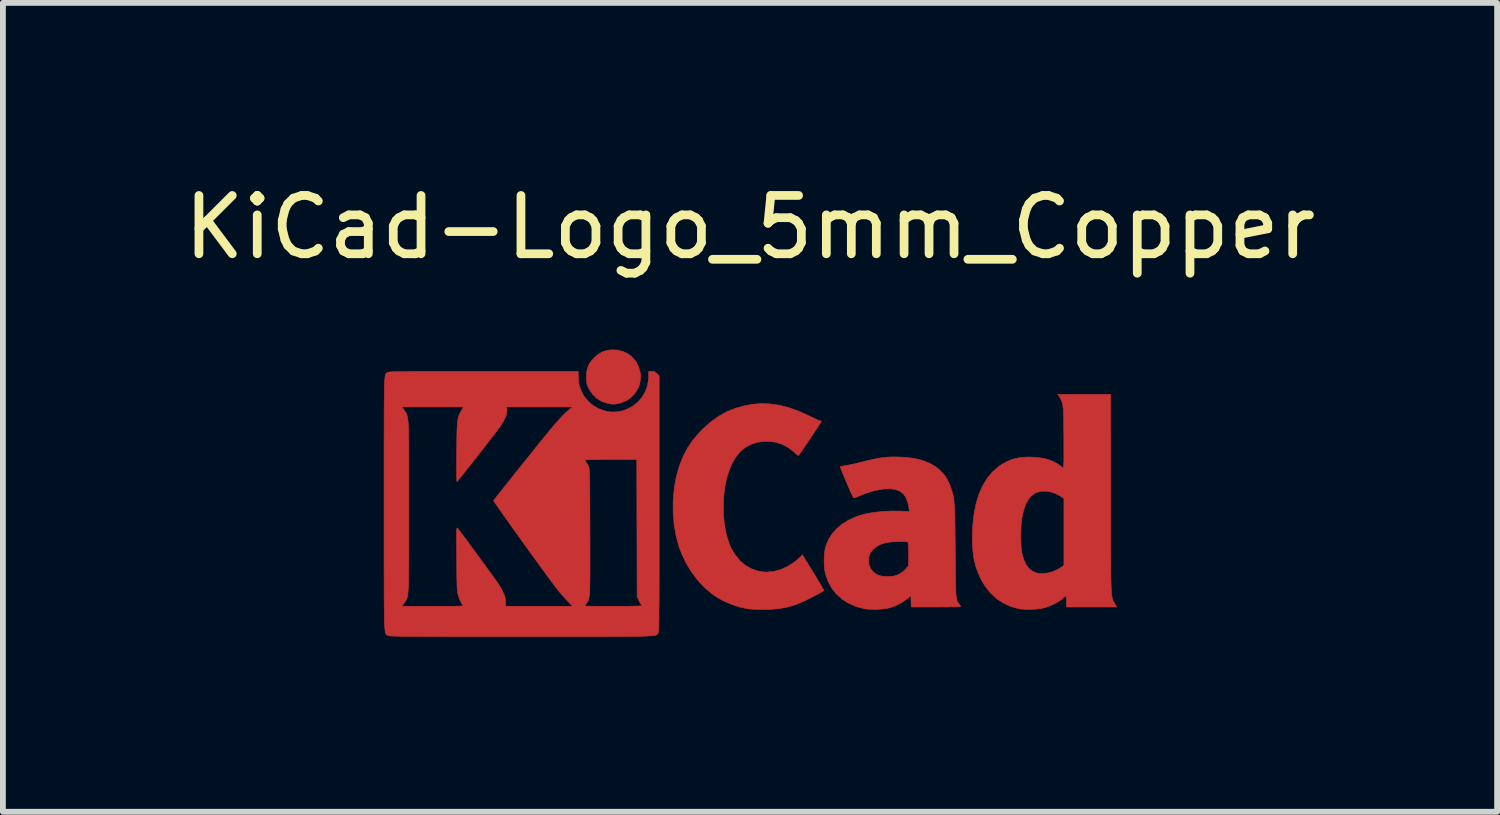
<source format=kicad_pcb>
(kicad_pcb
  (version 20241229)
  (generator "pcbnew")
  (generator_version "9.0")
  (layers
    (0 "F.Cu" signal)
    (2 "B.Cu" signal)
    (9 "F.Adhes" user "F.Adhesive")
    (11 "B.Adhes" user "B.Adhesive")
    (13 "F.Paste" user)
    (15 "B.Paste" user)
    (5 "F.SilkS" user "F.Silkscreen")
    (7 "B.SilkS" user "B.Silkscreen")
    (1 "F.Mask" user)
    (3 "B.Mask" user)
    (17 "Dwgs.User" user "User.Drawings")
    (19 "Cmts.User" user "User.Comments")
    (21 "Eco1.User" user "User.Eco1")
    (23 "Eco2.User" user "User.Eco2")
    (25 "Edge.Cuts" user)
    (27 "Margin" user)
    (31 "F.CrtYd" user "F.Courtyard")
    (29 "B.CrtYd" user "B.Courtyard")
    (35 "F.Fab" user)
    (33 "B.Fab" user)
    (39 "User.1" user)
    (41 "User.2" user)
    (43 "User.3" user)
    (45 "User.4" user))
  (footprint "KiCad-Logo_5mm_Copper"
    (layer "F.Cu")
    (at 9.815 5.928)
    (property "Reference" "KiCad-Logo_5mm_Copper" (at 0 -5.08 0) (layer "F.SilkS") (effects (font (size 1 1) (thickness 0.15))))
    (attr exclude_from_pos_files exclude_from_bom allow_missing_courtyard)
    (fp_poly (pts (xy -2.273 -2.973) (xy -2.177 -2.949) (xy -2.09 -2.906) (xy -2.015 -2.847) (xy -1.954 -2.772) (xy -1.909 -2.683) (xy -1.883 -2.586) (xy -1.877 -2.489) (xy -1.892 -2.395) (xy -1.926 -2.307) (xy -1.977 -2.228) (xy -2.042 -2.16) (xy -2.121 -2.106) (xy -2.212 -2.068) (xy -2.263 -2.056) (xy -2.308 -2.048) (xy -2.342 -2.045) (xy -2.375 -2.047) (xy -2.415 -2.054) (xy -2.449 -2.061) (xy -2.542 -2.092) (xy -2.626 -2.143) (xy -2.698 -2.213) (xy -2.756 -2.298) (xy -2.77 -2.326) (xy -2.787 -2.362) (xy -2.797 -2.392) (xy -2.802 -2.425) (xy -2.805 -2.466) (xy -2.805 -2.512) (xy -2.801 -2.596) (xy -2.787 -2.665) (xy -2.762 -2.726) (xy -2.723 -2.784) (xy -2.684 -2.829) (xy -2.612 -2.895) (xy -2.537 -2.94) (xy -2.455 -2.967) (xy -2.377 -2.977) (xy -2.273 -2.973)) (stroke (width 0.01) (type solid)) (fill yes) (layer "F.Cu"))
    (fp_poly (pts (xy 0.328 -2.051) (xy 0.489 -2.03) (xy 0.653 -1.99) (xy 0.822 -1.93) (xy 1 -1.851) (xy 1.011 -1.845) (xy 1.069 -1.817) (xy 1.121 -1.793) (xy 1.162 -1.775) (xy 1.19 -1.764) (xy 1.2 -1.761) (xy 1.219 -1.756) (xy 1.224 -1.752) (xy 1.218 -1.741) (xy 1.202 -1.715) (xy 1.177 -1.676) (xy 1.145 -1.626) (xy 1.107 -1.569) (xy 1.066 -1.507) (xy 1.023 -1.442) (xy 0.98 -1.379) (xy 0.939 -1.319) (xy 0.902 -1.265) (xy 0.871 -1.22) (xy 0.847 -1.186) (xy 0.832 -1.167) (xy 0.83 -1.165) (xy 0.82 -1.17) (xy 0.798 -1.187) (xy 0.767 -1.214) (xy 0.752 -1.228) (xy 0.655 -1.303) (xy 0.548 -1.359) (xy 0.433 -1.394) (xy 0.31 -1.408) (xy 0.241 -1.407) (xy 0.119 -1.39) (xy 0.01 -1.354) (xy -0.087 -1.299) (xy -0.174 -1.225) (xy -0.249 -1.131) (xy -0.314 -1.018) (xy -0.351 -0.931) (xy -0.395 -0.796) (xy -0.428 -0.648) (xy -0.448 -0.493) (xy -0.458 -0.333) (xy -0.456 -0.173) (xy -0.443 -0.016) (xy -0.419 0.133) (xy -0.384 0.271) (xy -0.338 0.395) (xy -0.322 0.429) (xy -0.253 0.543) (xy -0.173 0.64) (xy -0.081 0.718) (xy 0.02 0.777) (xy 0.13 0.816) (xy 0.247 0.834) (xy 0.289 0.835) (xy 0.41 0.824) (xy 0.531 0.791) (xy 0.649 0.737) (xy 0.762 0.663) (xy 0.854 0.585) (xy 0.9 0.54) (xy 1.081 0.837) (xy 1.127 0.911) (xy 1.168 0.98) (xy 1.204 1.039) (xy 1.233 1.088) (xy 1.254 1.124) (xy 1.265 1.144) (xy 1.266 1.147) (xy 1.258 1.157) (xy 1.233 1.174) (xy 1.193 1.197) (xy 1.142 1.225) (xy 1.084 1.255) (xy 1.021 1.287) (xy 0.958 1.318) (xy 0.896 1.346) (xy 0.839 1.371) (xy 0.791 1.391) (xy 0.768 1.399) (xy 0.634 1.437) (xy 0.496 1.462) (xy 0.349 1.475) (xy 0.222 1.477) (xy 0.154 1.476) (xy 0.088 1.474) (xy 0.031 1.471) (xy -0.013 1.468) (xy -0.027 1.466) (xy -0.166 1.438) (xy -0.307 1.392) (xy -0.445 1.334) (xy -0.572 1.264) (xy -0.649 1.211) (xy -0.777 1.103) (xy -0.895 0.977) (xy -1.002 0.835) (xy -1.095 0.681) (xy -1.173 0.518) (xy -1.217 0.401) (xy -1.267 0.217) (xy -1.301 0.023) (xy -1.318 -0.179) (xy -1.318 -0.382) (xy -1.301 -0.584) (xy -1.268 -0.781) (xy -1.217 -0.967) (xy -1.214 -0.978) (xy -1.151 -1.14) (xy -1.074 -1.288) (xy -0.981 -1.426) (xy -0.868 -1.558) (xy -0.825 -1.604) (xy -0.688 -1.728) (xy -0.549 -1.83) (xy -0.403 -1.912) (xy -0.249 -1.975) (xy -0.084 -2.02) (xy 0.011 -2.038) (xy 0.17 -2.054) (xy 0.328 -2.051)) (stroke (width 0.01) (type solid)) (fill yes) (layer "F.Cu"))
    (fp_poly (pts (xy 6.187 -0.528) (xy 6.187 -0.293) (xy 6.187 -0.08) (xy 6.187 0.112) (xy 6.187 0.285) (xy 6.187 0.441) (xy 6.188 0.579) (xy 6.188 0.701) (xy 6.189 0.808) (xy 6.19 0.901) (xy 6.192 0.982) (xy 6.194 1.051) (xy 6.196 1.11) (xy 6.198 1.159) (xy 6.202 1.2) (xy 6.205 1.234) (xy 6.21 1.262) (xy 6.214 1.285) (xy 6.22 1.304) (xy 6.226 1.321) (xy 6.233 1.335) (xy 6.24 1.349) (xy 6.249 1.364) (xy 6.254 1.373) (xy 6.288 1.434) (xy 5.43 1.434) (xy 5.43 1.338) (xy 5.429 1.294) (xy 5.427 1.261) (xy 5.424 1.243) (xy 5.423 1.242) (xy 5.412 1.249) (xy 5.389 1.267) (xy 5.366 1.286) (xy 5.312 1.327) (xy 5.242 1.368) (xy 5.165 1.405) (xy 5.088 1.435) (xy 5.057 1.445) (xy 4.989 1.46) (xy 4.906 1.47) (xy 4.816 1.475) (xy 4.728 1.474) (xy 4.649 1.469) (xy 4.612 1.463) (xy 4.473 1.425) (xy 4.346 1.367) (xy 4.23 1.29) (xy 4.127 1.195) (xy 4.036 1.081) (xy 3.969 0.97) (xy 3.914 0.854) (xy 3.872 0.734) (xy 3.842 0.608) (xy 3.823 0.472) (xy 3.815 0.32) (xy 3.814 0.243) (xy 3.816 0.186) (xy 4.645 0.186) (xy 4.645 0.279) (xy 4.648 0.367) (xy 4.654 0.444) (xy 4.662 0.505) (xy 4.665 0.517) (xy 4.697 0.625) (xy 4.738 0.712) (xy 4.79 0.779) (xy 4.853 0.826) (xy 4.926 0.853) (xy 5.011 0.862) (xy 5.107 0.851) (xy 5.17 0.835) (xy 5.219 0.817) (xy 5.274 0.791) (xy 5.314 0.767) (xy 5.385 0.721) (xy 5.385 -0.429) (xy 5.317 -0.473) (xy 5.239 -0.514) (xy 5.155 -0.541) (xy 5.07 -0.553) (xy 4.988 -0.549) (xy 4.915 -0.53) (xy 4.883 -0.515) (xy 4.826 -0.472) (xy 4.777 -0.415) (xy 4.735 -0.342) (xy 4.701 -0.252) (xy 4.672 -0.141) (xy 4.671 -0.135) (xy 4.66 -0.073) (xy 4.653 0.005) (xy 4.648 0.093) (xy 4.645 0.186) (xy 3.816 0.186) (xy 3.822 0.03) (xy 3.844 -0.166) (xy 3.88 -0.345) (xy 3.93 -0.506) (xy 3.994 -0.65) (xy 4.071 -0.777) (xy 4.163 -0.886) (xy 4.268 -0.977) (xy 4.314 -1.008) (xy 4.415 -1.064) (xy 4.518 -1.104) (xy 4.628 -1.128) (xy 4.749 -1.138) (xy 4.842 -1.137) (xy 4.971 -1.126) (xy 5.084 -1.104) (xy 5.183 -1.07) (xy 5.271 -1.024) (xy 5.32 -0.99) (xy 5.349 -0.968) (xy 5.371 -0.953) (xy 5.379 -0.948) (xy 5.381 -0.959) (xy 5.382 -0.99) (xy 5.383 -1.037) (xy 5.384 -1.1) (xy 5.384 -1.173) (xy 5.384 -1.256) (xy 5.384 -1.344) (xy 5.384 -1.436) (xy 5.383 -1.528) (xy 5.382 -1.618) (xy 5.381 -1.704) (xy 5.38 -1.781) (xy 5.379 -1.848) (xy 5.377 -1.902) (xy 5.375 -1.94) (xy 5.375 -1.947) (xy 5.367 -2.018) (xy 5.356 -2.073) (xy 5.338 -2.12) (xy 5.312 -2.166) (xy 5.305 -2.176) (xy 5.281 -2.213) (xy 6.186 -2.213) (xy 6.187 -0.528)) (stroke (width 0.01) (type solid)) (fill yes) (layer "F.Cu"))
    (fp_poly (pts (xy 2.674 -1.133) (xy 2.825 -1.113) (xy 2.961 -1.08) (xy 3.08 -1.032) (xy 3.185 -0.971) (xy 3.262 -0.907) (xy 3.331 -0.833) (xy 3.385 -0.753) (xy 3.428 -0.661) (xy 3.443 -0.618) (xy 3.456 -0.579) (xy 3.467 -0.543) (xy 3.477 -0.508) (xy 3.485 -0.472) (xy 3.492 -0.433) (xy 3.498 -0.39) (xy 3.503 -0.34) (xy 3.507 -0.283) (xy 3.51 -0.215) (xy 3.513 -0.136) (xy 3.515 -0.043) (xy 3.517 0.066) (xy 3.518 0.192) (xy 3.52 0.337) (xy 3.521 0.48) (xy 3.522 0.636) (xy 3.524 0.771) (xy 3.525 0.887) (xy 3.526 0.986) (xy 3.528 1.068) (xy 3.53 1.136) (xy 3.532 1.192) (xy 3.535 1.236) (xy 3.539 1.271) (xy 3.544 1.299) (xy 3.55 1.321) (xy 3.557 1.338) (xy 3.565 1.352) (xy 3.574 1.366) (xy 3.585 1.38) (xy 3.59 1.385) (xy 3.605 1.408) (xy 3.612 1.423) (xy 3.612 1.424) (xy 3.602 1.426) (xy 3.571 1.428) (xy 3.522 1.43) (xy 3.458 1.431) (xy 3.382 1.433) (xy 3.295 1.433) (xy 3.2 1.434) (xy 3.19 1.434) (xy 2.767 1.434) (xy 2.763 1.338) (xy 2.76 1.242) (xy 2.698 1.293) (xy 2.601 1.36) (xy 2.491 1.415) (xy 2.404 1.445) (xy 2.335 1.46) (xy 2.252 1.47) (xy 2.162 1.475) (xy 2.074 1.474) (xy 1.995 1.468) (xy 1.959 1.463) (xy 1.819 1.425) (xy 1.692 1.37) (xy 1.58 1.299) (xy 1.484 1.213) (xy 1.404 1.112) (xy 1.341 0.997) (xy 1.296 0.871) (xy 1.284 0.814) (xy 1.276 0.752) (xy 1.273 0.677) (xy 1.272 0.643) (xy 1.272 0.64) (xy 2.032 0.64) (xy 2.042 0.715) (xy 2.07 0.779) (xy 2.118 0.835) (xy 2.123 0.839) (xy 2.172 0.874) (xy 2.223 0.897) (xy 2.284 0.909) (xy 2.359 0.911) (xy 2.377 0.911) (xy 2.431 0.908) (xy 2.471 0.903) (xy 2.506 0.893) (xy 2.545 0.876) (xy 2.556 0.871) (xy 2.616 0.835) (xy 2.663 0.792) (xy 2.676 0.777) (xy 2.721 0.72) (xy 2.721 0.525) (xy 2.72 0.446) (xy 2.718 0.388) (xy 2.715 0.349) (xy 2.711 0.327) (xy 2.707 0.32) (xy 2.691 0.317) (xy 2.657 0.314) (xy 2.61 0.313) (xy 2.555 0.312) (xy 2.546 0.312) (xy 2.425 0.317) (xy 2.323 0.333) (xy 2.236 0.361) (xy 2.164 0.401) (xy 2.109 0.448) (xy 2.064 0.506) (xy 2.039 0.569) (xy 2.032 0.64) (xy 1.272 0.64) (xy 1.274 0.55) (xy 1.283 0.471) (xy 1.299 0.4) (xy 1.324 0.329) (xy 1.348 0.276) (xy 1.407 0.181) (xy 1.485 0.093) (xy 1.58 0.014) (xy 1.69 -0.055) (xy 1.813 -0.111) (xy 1.945 -0.154) (xy 2.009 -0.169) (xy 2.146 -0.191) (xy 2.294 -0.206) (xy 2.446 -0.212) (xy 2.572 -0.211) (xy 2.734 -0.204) (xy 2.727 -0.263) (xy 2.707 -0.362) (xy 2.676 -0.443) (xy 2.632 -0.506) (xy 2.575 -0.551) (xy 2.503 -0.58) (xy 2.416 -0.594) (xy 2.313 -0.591) (xy 2.275 -0.587) (xy 2.134 -0.562) (xy 1.997 -0.521) (xy 1.902 -0.483) (xy 1.857 -0.464) (xy 1.819 -0.448) (xy 1.792 -0.439) (xy 1.785 -0.437) (xy 1.775 -0.446) (xy 1.758 -0.475) (xy 1.734 -0.524) (xy 1.703 -0.594) (xy 1.665 -0.684) (xy 1.658 -0.7) (xy 1.628 -0.772) (xy 1.601 -0.838) (xy 1.578 -0.893) (xy 1.561 -0.936) (xy 1.55 -0.963) (xy 1.547 -0.972) (xy 1.557 -0.977) (xy 1.583 -0.982) (xy 1.611 -0.986) (xy 1.642 -0.991) (xy 1.689 -1) (xy 1.751 -1.013) (xy 1.821 -1.029) (xy 1.896 -1.047) (xy 1.925 -1.054) (xy 2.03 -1.08) (xy 2.117 -1.1) (xy 2.192 -1.115) (xy 2.258 -1.126) (xy 2.319 -1.133) (xy 2.381 -1.138) (xy 2.446 -1.14) (xy 2.504 -1.14) (xy 2.674 -1.133)) (stroke (width 0.01) (type solid)) (fill yes) (layer "F.Cu"))
    (fp_poly (pts (xy -2.946 -2.511) (xy -2.936 -2.397) (xy -2.904 -2.289) (xy -2.853 -2.19) (xy -2.784 -2.102) (xy -2.699 -2.027) (xy -2.602 -1.97) (xy -2.496 -1.93) (xy -2.389 -1.911) (xy -2.283 -1.913) (xy -2.181 -1.932) (xy -2.085 -1.969) (xy -1.996 -2.021) (xy -1.917 -2.087) (xy -1.849 -2.167) (xy -1.796 -2.258) (xy -1.759 -2.359) (xy -1.74 -2.47) (xy -1.738 -2.52) (xy -1.738 -2.608) (xy -1.687 -2.608) (xy -1.65 -2.605) (xy -1.623 -2.593) (xy -1.596 -2.569) (xy -1.558 -2.531) (xy -1.558 -0.339) (xy -1.558 -0.077) (xy -1.558 0.163) (xy -1.558 0.383) (xy -1.558 0.583) (xy -1.558 0.764) (xy -1.558 0.928) (xy -1.559 1.074) (xy -1.559 1.205) (xy -1.559 1.32) (xy -1.56 1.421) (xy -1.561 1.509) (xy -1.561 1.585) (xy -1.562 1.65) (xy -1.563 1.704) (xy -1.564 1.749) (xy -1.565 1.786) (xy -1.567 1.815) (xy -1.568 1.837) (xy -1.57 1.854) (xy -1.572 1.866) (xy -1.574 1.874) (xy -1.576 1.88) (xy -1.577 1.882) (xy -1.581 1.889) (xy -1.585 1.895) (xy -1.589 1.901) (xy -1.594 1.906) (xy -1.601 1.911) (xy -1.611 1.916) (xy -1.625 1.92) (xy -1.645 1.923) (xy -1.669 1.926) (xy -1.701 1.929) (xy -1.741 1.931) (xy -1.789 1.934) (xy -1.846 1.935) (xy -1.914 1.937) (xy -1.994 1.938) (xy -2.085 1.939) (xy -2.19 1.94) (xy -2.309 1.94) (xy -2.443 1.941) (xy -2.593 1.941) (xy -2.76 1.941) (xy -2.945 1.942) (xy -3.149 1.942) (xy -3.372 1.942) (xy -3.616 1.941) (xy -3.881 1.941) (xy -3.92 1.941) (xy -4.187 1.941) (xy -4.432 1.941) (xy -4.657 1.941) (xy -4.861 1.941) (xy -5.047 1.941) (xy -5.215 1.941) (xy -5.366 1.94) (xy -5.501 1.94) (xy -5.62 1.939) (xy -5.725 1.939) (xy -5.817 1.938) (xy -5.896 1.938) (xy -5.964 1.937) (xy -6.021 1.936) (xy -6.069 1.935) (xy -6.107 1.933) (xy -6.138 1.932) (xy -6.162 1.931) (xy -6.18 1.929) (xy -6.192 1.927) (xy -6.201 1.925) (xy -6.205 1.923) (xy -6.214 1.92) (xy -6.221 1.917) (xy -6.229 1.915) (xy -6.235 1.911) (xy -6.241 1.906) (xy -6.246 1.897) (xy -6.251 1.885) (xy -6.255 1.869) (xy -6.259 1.846) (xy -6.262 1.818) (xy -6.265 1.781) (xy -6.268 1.737) (xy -6.27 1.683) (xy -6.271 1.618) (xy -6.273 1.543) (xy -6.274 1.455) (xy -6.275 1.354) (xy -6.276 1.239) (xy -6.276 1.11) (xy -6.276 0.964) (xy -6.277 0.802) (xy -6.277 0.621) (xy -6.277 0.422) (xy -6.277 0.204) (xy -6.277 -0.035) (xy -6.277 -0.296) (xy -6.277 -0.338) (xy -6.277 -0.601) (xy -6.277 -0.842) (xy -6.277 -1.063) (xy -6.277 -1.264) (xy -6.277 -1.446) (xy -6.276 -1.61) (xy -6.276 -1.757) (xy -6.276 -1.888) (xy -6.275 -1.998) (xy -5.972 -1.998) (xy -5.932 -1.94) (xy -5.921 -1.925) (xy -5.911 -1.911) (xy -5.902 -1.897) (xy -5.894 -1.883) (xy -5.887 -1.868) (xy -5.881 -1.849) (xy -5.875 -1.826) (xy -5.871 -1.798) (xy -5.867 -1.764) (xy -5.863 -1.722) (xy -5.861 -1.67) (xy -5.858 -1.609) (xy -5.857 -1.537) (xy -5.855 -1.452) (xy -5.855 -1.354) (xy -5.854 -1.24) (xy -5.853 -1.111) (xy -5.853 -0.965) (xy -5.853 -0.8) (xy -5.853 -0.616) (xy -5.853 -0.41) (xy -5.853 -0.288) (xy -5.853 -0.071) (xy -5.853 0.125) (xy -5.853 0.3) (xy -5.853 0.456) (xy -5.854 0.595) (xy -5.854 0.717) (xy -5.855 0.823) (xy -5.856 0.915) (xy -5.857 0.994) (xy -5.859 1.062) (xy -5.862 1.118) (xy -5.865 1.165) (xy -5.868 1.204) (xy -5.872 1.235) (xy -5.877 1.261) (xy -5.883 1.282) (xy -5.89 1.299) (xy -5.897 1.314) (xy -5.906 1.327) (xy -5.915 1.341) (xy -5.925 1.356) (xy -5.932 1.365) (xy -5.97 1.422) (xy -5.439 1.422) (xy -5.315 1.422) (xy -5.213 1.422) (xy -5.129 1.422) (xy -5.063 1.421) (xy -5.012 1.42) (xy -4.974 1.419) (xy -4.948 1.417) (xy -4.932 1.415) (xy -4.923 1.412) (xy -4.921 1.408) (xy -4.923 1.404) (xy -4.925 1.403) (xy -4.95 1.366) (xy -4.976 1.313) (xy -4.999 1.251) (xy -5.007 1.224) (xy -5.012 1.206) (xy -5.016 1.185) (xy -5.019 1.159) (xy -5.022 1.126) (xy -5.024 1.083) (xy -5.026 1.028) (xy -5.028 0.96) (xy -5.029 0.877) (xy -5.03 0.775) (xy -5.031 0.654) (xy -5.032 0.61) (xy -5.033 0.484) (xy -5.033 0.38) (xy -5.034 0.295) (xy -5.034 0.227) (xy -5.034 0.174) (xy -5.033 0.135) (xy -5.031 0.107) (xy -5.029 0.09) (xy -5.027 0.081) (xy -5.023 0.078) (xy -5.019 0.08) (xy -5.015 0.085) (xy -5.004 0.098) (xy -4.982 0.127) (xy -4.95 0.17) (xy -4.909 0.225) (xy -4.861 0.289) (xy -4.808 0.362) (xy -4.751 0.44) (xy -4.691 0.521) (xy -4.631 0.603) (xy -4.572 0.685) (xy -4.514 0.763) (xy -4.461 0.836) (xy -4.413 0.902) (xy -4.373 0.959) (xy -4.341 1.004) (xy -4.318 1.035) (xy -4.314 1.041) (xy -4.291 1.078) (xy -4.264 1.126) (xy -4.239 1.176) (xy -4.236 1.183) (xy -4.214 1.231) (xy -4.201 1.268) (xy -4.196 1.304) (xy -4.194 1.346) (xy -4.195 1.422) (xy -3.041 1.422) (xy -3.132 1.329) (xy -3.179 1.279) (xy -3.229 1.222) (xy -3.275 1.168) (xy -3.295 1.143) (xy -3.326 1.103) (xy -3.366 1.05) (xy -3.414 0.985) (xy -3.47 0.909) (xy -3.532 0.825) (xy -3.599 0.733) (xy -3.669 0.636) (xy -3.743 0.535) (xy -3.817 0.432) (xy -3.892 0.328) (xy -3.966 0.225) (xy -4.038 0.125) (xy -4.106 0.029) (xy -4.17 -0.061) (xy -4.229 -0.144) (xy -4.28 -0.218) (xy -4.324 -0.28) (xy -4.359 -0.33) (xy -4.383 -0.367) (xy -4.396 -0.387) (xy -4.398 -0.391) (xy -4.39 -0.403) (xy -4.369 -0.43) (xy -4.337 -0.471) (xy -4.294 -0.525) (xy -4.243 -0.589) (xy -4.185 -0.663) (xy -4.12 -0.744) (xy -4.051 -0.831) (xy -3.979 -0.921) (xy -3.904 -1.014) (xy -3.845 -1.088) (xy -2.834 -1.088) (xy -2.828 -1.075) (xy -2.813 -1.053) (xy -2.812 -1.052) (xy -2.793 -1.021) (xy -2.774 -0.985) (xy -2.77 -0.976) (xy -2.766 -0.968) (xy -2.763 -0.958) (xy -2.76 -0.945) (xy -2.758 -0.927) (xy -2.756 -0.904) (xy -2.754 -0.873) (xy -2.753 -0.833) (xy -2.751 -0.784) (xy -2.75 -0.723) (xy -2.749 -0.649) (xy -2.749 -0.561) (xy -2.748 -0.457) (xy -2.747 -0.337) (xy -2.747 -0.198) (xy -2.746 -0.039) (xy -2.746 0.14) (xy -2.745 0.325) (xy -2.745 0.489) (xy -2.745 0.633) (xy -2.744 0.759) (xy -2.745 0.868) (xy -2.745 0.961) (xy -2.747 1.04) (xy -2.748 1.106) (xy -2.75 1.161) (xy -2.753 1.206) (xy -2.757 1.242) (xy -2.761 1.271) (xy -2.766 1.295) (xy -2.772 1.313) (xy -2.779 1.329) (xy -2.787 1.344) (xy -2.797 1.358) (xy -2.805 1.37) (xy -2.822 1.396) (xy -2.832 1.414) (xy -2.834 1.417) (xy -2.823 1.418) (xy -2.791 1.419) (xy -2.742 1.42) (xy -2.677 1.421) (xy -2.599 1.422) (xy -2.51 1.422) (xy -2.411 1.422) (xy -2.342 1.422) (xy -2.237 1.422) (xy -2.141 1.422) (xy -2.054 1.421) (xy -1.98 1.419) (xy -1.921 1.418) (xy -1.879 1.416) (xy -1.855 1.414) (xy -1.851 1.412) (xy -1.859 1.398) (xy -1.867 1.39) (xy -1.88 1.372) (xy -1.897 1.342) (xy -1.909 1.318) (xy -1.936 1.259) (xy -1.939 0.082) (xy -1.942 -1.095) (xy -2.388 -1.095) (xy -2.486 -1.095) (xy -2.576 -1.094) (xy -2.657 -1.094) (xy -2.725 -1.093) (xy -2.779 -1.092) (xy -2.815 -1.09) (xy -2.833 -1.089) (xy -2.834 -1.088) (xy -3.845 -1.088) (xy -3.829 -1.107) (xy -3.755 -1.199) (xy -3.683 -1.289) (xy -3.615 -1.374) (xy -3.551 -1.452) (xy -3.494 -1.523) (xy -3.444 -1.584) (xy -3.403 -1.633) (xy -3.386 -1.654) (xy -3.3 -1.754) (xy -3.223 -1.838) (xy -3.154 -1.906) (xy -3.091 -1.96) (xy -3.082 -1.967) (xy -3.042 -1.998) (xy -4.174 -1.998) (xy -4.169 -1.95) (xy -4.172 -1.893) (xy -4.194 -1.825) (xy -4.234 -1.745) (xy -4.279 -1.673) (xy -4.295 -1.65) (xy -4.323 -1.612) (xy -4.361 -1.562) (xy -4.408 -1.501) (xy -4.462 -1.432) (xy -4.52 -1.356) (xy -4.582 -1.276) (xy -4.646 -1.194) (xy -4.71 -1.112) (xy -4.773 -1.032) (xy -4.832 -0.957) (xy -4.887 -0.888) (xy -4.935 -0.828) (xy -4.974 -0.778) (xy -5.004 -0.742) (xy -5.022 -0.72) (xy -5.025 -0.717) (xy -5.028 -0.725) (xy -5.03 -0.755) (xy -5.032 -0.807) (xy -5.033 -0.881) (xy -5.033 -0.977) (xy -5.033 -1.094) (xy -5.032 -1.214) (xy -5.03 -1.346) (xy -5.029 -1.457) (xy -5.027 -1.551) (xy -5.024 -1.629) (xy -5.021 -1.692) (xy -5.016 -1.745) (xy -5.009 -1.788) (xy -5.002 -1.823) (xy -4.992 -1.854) (xy -4.98 -1.882) (xy -4.965 -1.91) (xy -4.95 -1.935) (xy -4.912 -1.998) (xy -5.972 -1.998) (xy -6.275 -1.998) (xy -6.275 -2.004) (xy -6.274 -2.106) (xy -6.273 -2.195) (xy -6.272 -2.272) (xy -6.27 -2.337) (xy -6.269 -2.393) (xy -6.266 -2.438) (xy -6.264 -2.475) (xy -6.261 -2.505) (xy -6.258 -2.528) (xy -6.254 -2.546) (xy -6.25 -2.559) (xy -6.245 -2.568) (xy -6.24 -2.574) (xy -6.234 -2.579) (xy -6.228 -2.582) (xy -6.222 -2.586) (xy -6.216 -2.589) (xy -6.21 -2.592) (xy -6.202 -2.594) (xy -6.19 -2.596) (xy -6.173 -2.598) (xy -6.149 -2.6) (xy -6.118 -2.601) (xy -6.079 -2.602) (xy -6.03 -2.603) (xy -5.971 -2.604) (xy -5.899 -2.605) (xy -5.815 -2.606) (xy -5.718 -2.606) (xy -5.605 -2.607) (xy -5.476 -2.607) (xy -5.33 -2.607) (xy -5.166 -2.608) (xy -4.982 -2.608) (xy -4.778 -2.608) (xy -4.567 -2.608) (xy -2.946 -2.608) (xy -2.946 -2.511)) (stroke (width 0.01) (type solid)) (fill yes) (layer "F.Cu")))
  (gr_rect
    (start -3 -3)
    (end 22.631 10.875)
    (stroke (width 0.1) (type default))
    (fill no)
    (layer "Edge.Cuts")))
</source>
